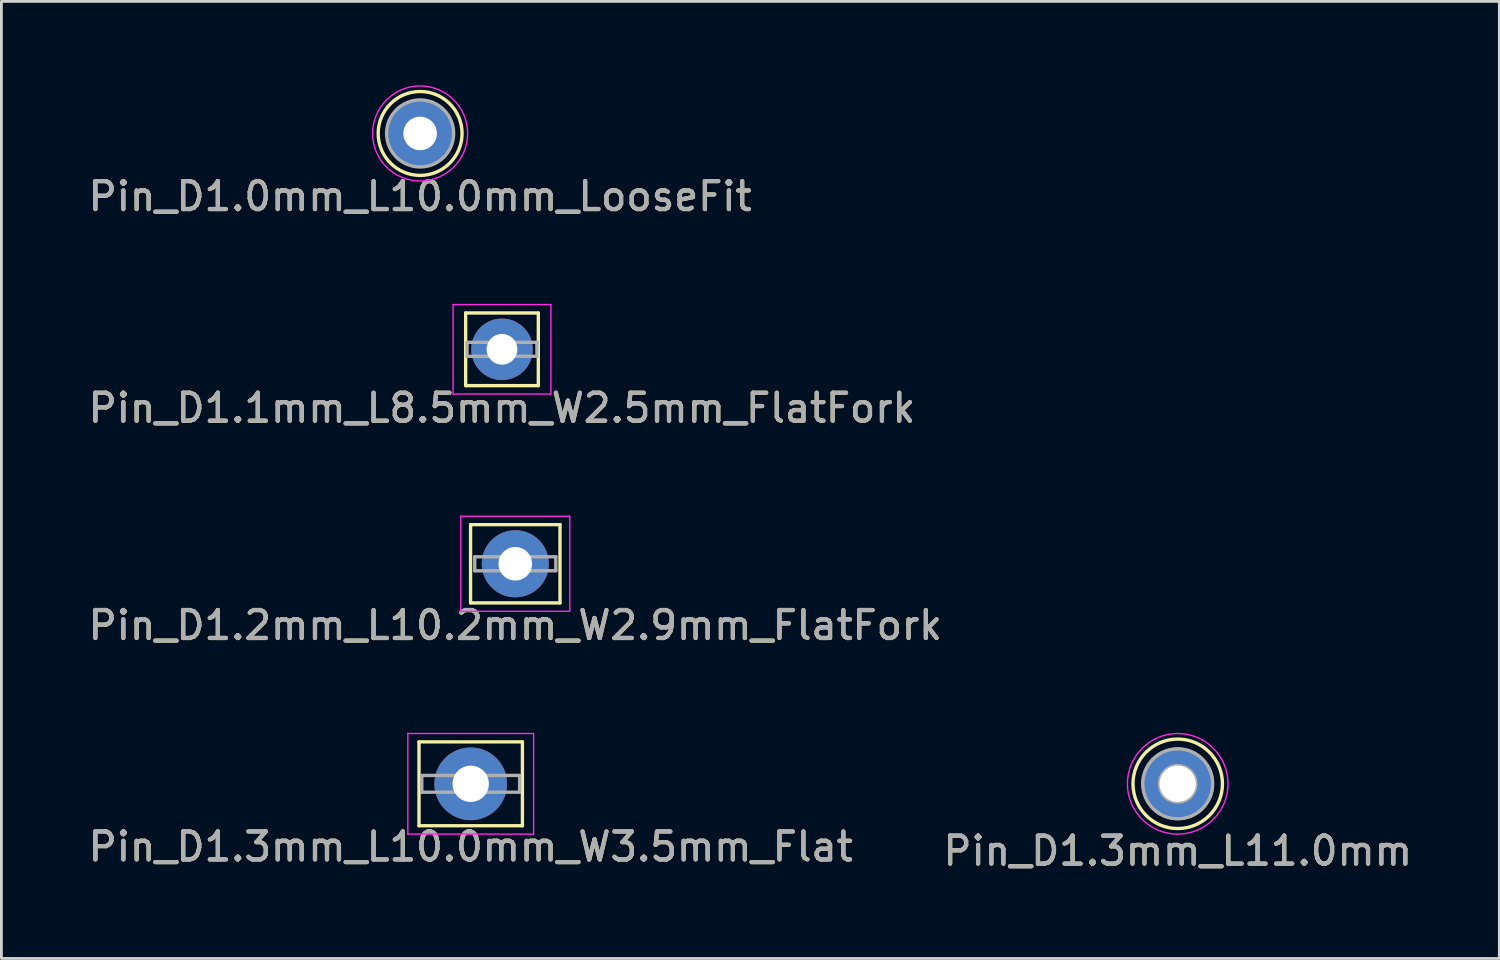
<source format=kicad_pcb>
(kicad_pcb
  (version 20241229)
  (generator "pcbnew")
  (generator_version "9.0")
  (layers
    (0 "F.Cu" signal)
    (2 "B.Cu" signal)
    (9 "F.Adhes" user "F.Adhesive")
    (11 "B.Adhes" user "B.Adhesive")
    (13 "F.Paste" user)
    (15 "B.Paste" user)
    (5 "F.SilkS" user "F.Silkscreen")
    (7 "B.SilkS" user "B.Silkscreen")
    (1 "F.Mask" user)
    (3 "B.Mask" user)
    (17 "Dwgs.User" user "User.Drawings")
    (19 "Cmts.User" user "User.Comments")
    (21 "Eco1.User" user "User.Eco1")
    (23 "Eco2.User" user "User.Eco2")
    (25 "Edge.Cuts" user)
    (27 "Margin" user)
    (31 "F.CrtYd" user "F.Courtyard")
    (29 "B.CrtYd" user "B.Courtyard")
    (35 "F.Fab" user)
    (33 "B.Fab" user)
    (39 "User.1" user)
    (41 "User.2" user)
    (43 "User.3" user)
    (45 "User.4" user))
  (footprint "Pin_D1.1mm_L8.5mm_W2.5mm_FlatFork"
    (layer "F.Cu")
    (at 14.911 9.448)
    (property "Reference" "Pin_D1.1mm_L8.5mm_W2.5mm_FlatFork" (at 0 2.1 0) (layer "F.SilkS") (effects (font (size 1 1) (thickness 0.15))))
    (attr through_hole)
    (fp_line (start -1.3 -1.3) (end 1.3 -1.3) (stroke (width 0.12) (type solid)) (layer "F.SilkS"))
    (fp_line (start -1.3 1.3) (end -1.3 -1.3) (stroke (width 0.12) (type solid)) (layer "F.SilkS"))
    (fp_line (start -1.3 1.3) (end 1.3 1.3) (stroke (width 0.12) (type solid)) (layer "F.SilkS"))
    (fp_line (start 1.3 -1.3) (end 1.3 1.3) (stroke (width 0.12) (type solid)) (layer "F.SilkS"))
    (fp_line (start -1.75 -1.6) (end -1.75 1.6) (stroke (width 0.05) (type solid)) (layer "F.CrtYd"))
    (fp_line (start -1.75 -1.6) (end 1.75 -1.6) (stroke (width 0.05) (type solid)) (layer "F.CrtYd"))
    (fp_line (start 1.75 1.6) (end -1.75 1.6) (stroke (width 0.05) (type solid)) (layer "F.CrtYd"))
    (fp_line (start 1.75 1.6) (end 1.75 -1.6) (stroke (width 0.05) (type solid)) (layer "F.CrtYd"))
    (fp_line (start -1.25 -0.25) (end -1.25 0.25) (stroke (width 0.12) (type solid)) (layer "F.Fab"))
    (fp_line (start -1.25 0.25) (end 1.25 0.25) (stroke (width 0.12) (type solid)) (layer "F.Fab"))
    (fp_line (start 1.25 -0.25) (end -1.25 -0.25) (stroke (width 0.12) (type solid)) (layer "F.Fab"))
    (fp_line (start 1.25 0.25) (end 1.25 -0.25) (stroke (width 0.12) (type solid)) (layer "F.Fab"))
    (fp_text user "${REFERENCE}" (at 0 2.1 0) (layer "F.Fab") (effects (font (size 1 1) (thickness 0.15))))
    (pad "1" thru_hole circle (at 0 0) (size 2.2 2.2) (drill 1.1) (layers "*.Cu" "*.Mask")))
  (footprint "Pin_D1.0mm_L10.0mm_LooseFit"
    (layer "F.Cu")
    (at 11.982 1.725)
    (property "Reference" "Pin_D1.0mm_L10.0mm_LooseFit" (at 0 2.25 0) (layer "F.SilkS") (effects (font (size 1 1) (thickness 0.15))))
    (attr through_hole)
    (fp_circle (center 0 0) (end 1.5 0.05) (stroke (width 0.12) (type solid)) (fill no) (layer "F.SilkS"))
    (fp_circle (center 0 0) (end 1.7 0) (stroke (width 0.05) (type solid)) (fill no) (layer "F.CrtYd"))
    (fp_circle (center 0 0) (end 0.5 0) (stroke (width 0.12) (type solid)) (fill no) (layer "F.Fab"))
    (fp_circle (center 0 0) (end 1.2 0) (stroke (width 0.12) (type solid)) (fill no) (layer "F.Fab"))
    (fp_text user "${REFERENCE}" (at 0 2.25 0) (layer "F.Fab") (effects (font (size 1 1) (thickness 0.15))))
    (pad "1" thru_hole circle (at 0 0) (size 2.4 2.4) (drill 1.2) (layers "*.Cu" "*.Mask")))
  (footprint "Pin_D1.2mm_L10.2mm_W2.9mm_FlatFork"
    (layer "F.Cu")
    (at 15.387 17.122)
    (property "Reference" "Pin_D1.2mm_L10.2mm_W2.9mm_FlatFork" (at 0 2.2 0) (layer "F.SilkS") (effects (font (size 1 1) (thickness 0.15))))
    (attr through_hole)
    (fp_line (start -1.6 -1.4) (end 1.6 -1.4) (stroke (width 0.12) (type solid)) (layer "F.SilkS"))
    (fp_line (start -1.6 1.4) (end -1.6 -1.4) (stroke (width 0.12) (type solid)) (layer "F.SilkS"))
    (fp_line (start 1.6 -1.4) (end 1.6 1.4) (stroke (width 0.12) (type solid)) (layer "F.SilkS"))
    (fp_line (start 1.6 1.4) (end -1.6 1.4) (stroke (width 0.12) (type solid)) (layer "F.SilkS"))
    (fp_line (start -1.95 -1.7) (end -1.95 1.7) (stroke (width 0.05) (type solid)) (layer "F.CrtYd"))
    (fp_line (start -1.95 -1.7) (end 1.95 -1.7) (stroke (width 0.05) (type solid)) (layer "F.CrtYd"))
    (fp_line (start 1.95 1.7) (end -1.95 1.7) (stroke (width 0.05) (type solid)) (layer "F.CrtYd"))
    (fp_line (start 1.95 1.7) (end 1.95 -1.7) (stroke (width 0.05) (type solid)) (layer "F.CrtYd"))
    (fp_line (start -1.45 -0.25) (end 1.45 -0.25) (stroke (width 0.12) (type solid)) (layer "F.Fab"))
    (fp_line (start -1.45 0.25) (end -1.45 -0.25) (stroke (width 0.12) (type solid)) (layer "F.Fab"))
    (fp_line (start 1.45 -0.25) (end 1.45 0.25) (stroke (width 0.12) (type solid)) (layer "F.Fab"))
    (fp_line (start 1.45 0.25) (end -1.45 0.25) (stroke (width 0.12) (type solid)) (layer "F.Fab"))
    (fp_text user "${REFERENCE}" (at 0 2.2 0) (layer "F.Fab") (effects (font (size 1 1) (thickness 0.15))))
    (pad "1" thru_hole circle (at 0 0) (size 2.4 2.4) (drill 1.2) (layers "*.Cu" "*.Mask")))
  (footprint "Pin_D1.3mm_L11.0mm"
    (layer "F.Cu")
    (at 39.089 24.995)
    (property "Reference" "Pin_D1.3mm_L11.0mm" (at 0 2.4 0) (layer "F.SilkS") (effects (font (size 1 1) (thickness 0.15))))
    (attr through_hole)
    (fp_circle (center 0 0) (end 1.6 0.05) (stroke (width 0.12) (type solid)) (fill no) (layer "F.SilkS"))
    (fp_circle (center 0 0) (end 1.8 0) (stroke (width 0.05) (type solid)) (fill no) (layer "F.CrtYd"))
    (fp_circle (center 0 0) (end 0.65 -0.05) (stroke (width 0.12) (type solid)) (fill no) (layer "F.Fab"))
    (fp_circle (center 0 0) (end 1.25 -0.05) (stroke (width 0.12) (type solid)) (fill no) (layer "F.Fab"))
    (fp_text user "${REFERENCE}" (at 0 2.4 0) (layer "F.Fab") (effects (font (size 1 1) (thickness 0.15))))
    (pad "1" thru_hole circle (at 0 0) (size 2.6 2.6) (drill 1.3) (layers "*.Cu" "*.Mask")))
  (footprint "Pin_D1.3mm_L10.0mm_W3.5mm_Flat"
    (layer "F.Cu")
    (at 13.792 24.995)
    (property "Reference" "Pin_D1.3mm_L10.0mm_W3.5mm_Flat" (at 0 2.25 0) (layer "F.SilkS") (effects (font (size 1 1) (thickness 0.15))))
    (attr through_hole)
    (fp_line (start -1.85 -1.5) (end -1.85 1.5) (stroke (width 0.12) (type solid)) (layer "F.SilkS"))
    (fp_line (start -1.85 -1.5) (end 1.85 -1.5) (stroke (width 0.12) (type solid)) (layer "F.SilkS"))
    (fp_line (start 1.85 -1.5) (end 1.85 1.5) (stroke (width 0.12) (type solid)) (layer "F.SilkS"))
    (fp_line (start 1.85 1.5) (end -1.85 1.5) (stroke (width 0.12) (type solid)) (layer "F.SilkS"))
    (fp_line (start -2.25 -1.8) (end -2.25 1.8) (stroke (width 0.05) (type solid)) (layer "F.CrtYd"))
    (fp_line (start -2.25 -1.8) (end 2.25 -1.8) (stroke (width 0.05) (type solid)) (layer "F.CrtYd"))
    (fp_line (start 2.25 1.8) (end -2.25 1.8) (stroke (width 0.05) (type solid)) (layer "F.CrtYd"))
    (fp_line (start 2.25 1.8) (end 2.25 -1.8) (stroke (width 0.05) (type solid)) (layer "F.CrtYd"))
    (fp_line (start -1.75 -0.3) (end 1.75 -0.3) (stroke (width 0.12) (type solid)) (layer "F.Fab"))
    (fp_line (start -1.75 0.3) (end -1.75 -0.3) (stroke (width 0.12) (type solid)) (layer "F.Fab"))
    (fp_line (start 1.75 -0.3) (end 1.75 0.3) (stroke (width 0.12) (type solid)) (layer "F.Fab"))
    (fp_line (start 1.75 0.3) (end -1.75 0.3) (stroke (width 0.12) (type solid)) (layer "F.Fab"))
    (fp_text user "${REFERENCE}" (at 0 2.25 0) (layer "F.Fab") (effects (font (size 1 1) (thickness 0.15))))
    (pad "1" thru_hole circle (at 0 0) (size 2.6 2.6) (drill 1.3) (layers "*.Cu" "*.Mask")))
  (gr_rect
    (start -3 -3)
    (end 50.595 31.243)
    (stroke (width 0.1) (type default))
    (fill no)
    (layer "Edge.Cuts")))
</source>
